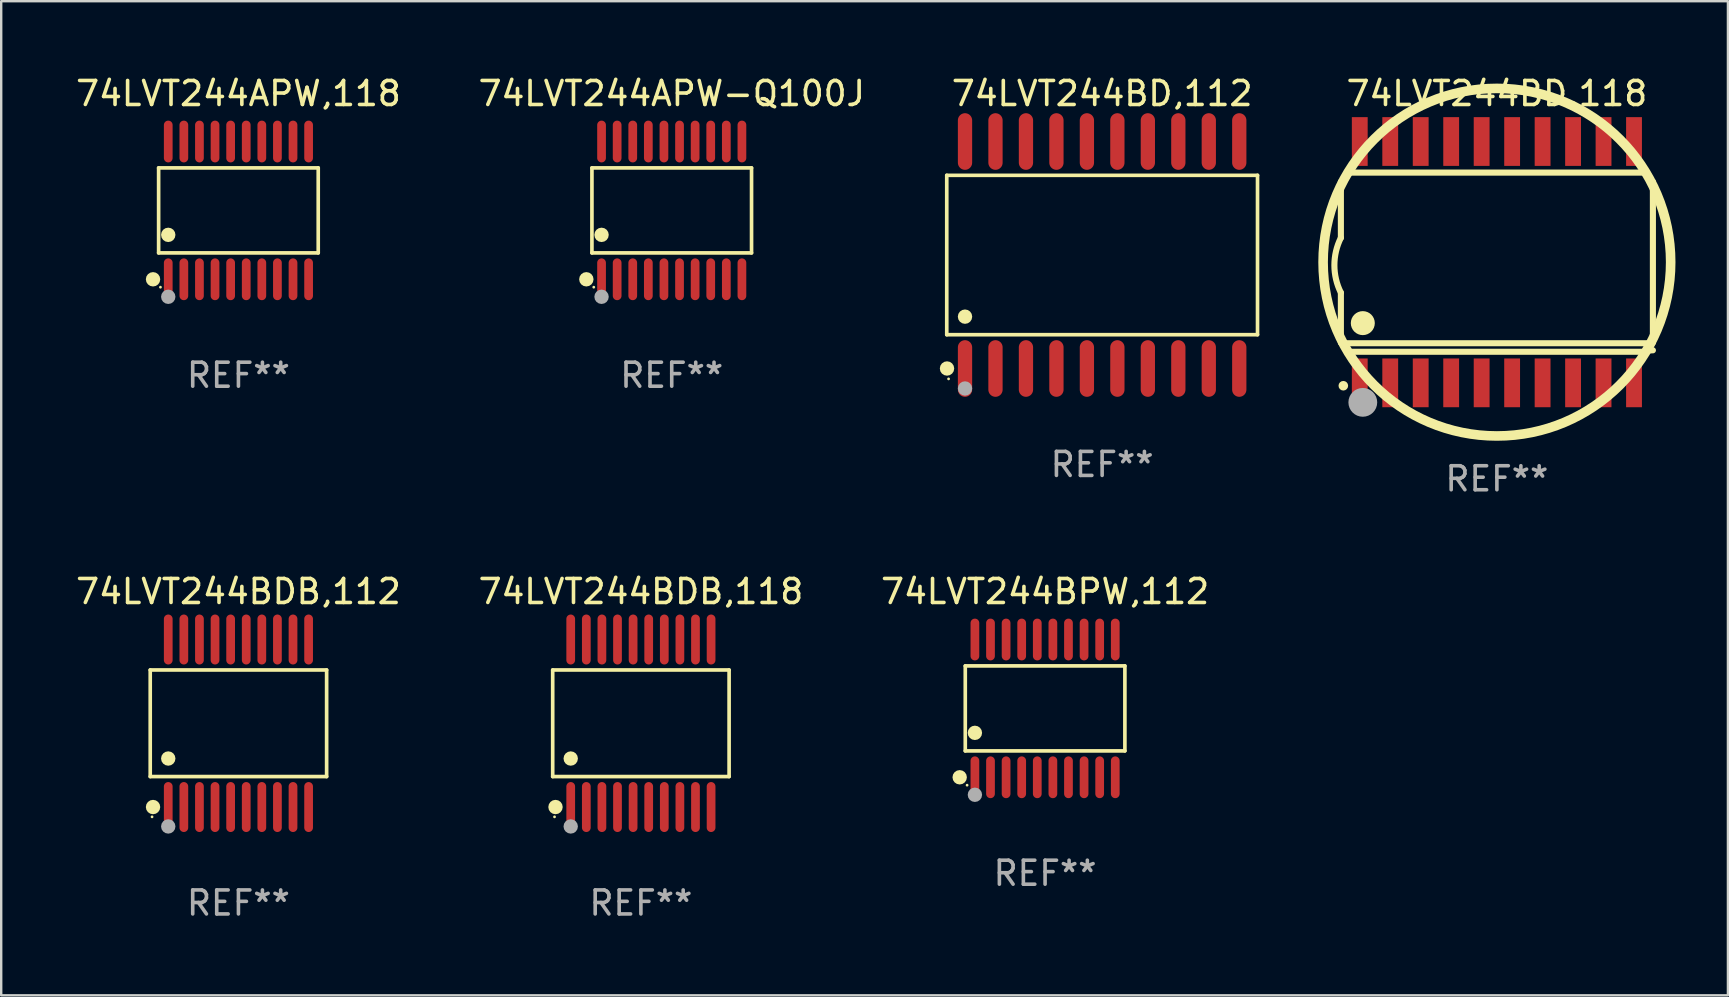
<source format=kicad_pcb>
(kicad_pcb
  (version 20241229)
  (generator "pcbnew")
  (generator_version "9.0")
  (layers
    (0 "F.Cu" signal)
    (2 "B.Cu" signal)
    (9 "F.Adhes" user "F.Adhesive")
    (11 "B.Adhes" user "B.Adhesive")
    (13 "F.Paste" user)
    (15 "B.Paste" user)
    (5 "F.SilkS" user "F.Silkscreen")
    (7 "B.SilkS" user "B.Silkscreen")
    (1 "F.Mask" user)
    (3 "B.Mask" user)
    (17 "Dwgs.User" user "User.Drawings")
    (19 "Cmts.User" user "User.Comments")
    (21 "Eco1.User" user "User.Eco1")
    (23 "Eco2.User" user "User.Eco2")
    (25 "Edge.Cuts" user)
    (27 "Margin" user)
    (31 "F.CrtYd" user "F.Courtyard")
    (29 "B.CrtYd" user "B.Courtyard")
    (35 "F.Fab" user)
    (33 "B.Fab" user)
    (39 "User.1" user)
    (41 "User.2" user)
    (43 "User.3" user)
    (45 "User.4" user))
  (footprint "74LVT244APW,118"
    (layer "F.Cu")
    (at 6.887 5.719)
    (property "Reference" "74LVT244APW,118" (at 0 -4.871 0) (layer "F.SilkS") (effects (font (size 1 1) (thickness 0.15))))
    (attr through_hole)
    (fp_line (start -3.326 -1.771) (end 3.326 -1.771) (stroke (width 0.152) (type solid)) (layer "F.SilkS"))
    (fp_line (start -3.326 1.771) (end -3.326 -1.771) (stroke (width 0.152) (type solid)) (layer "F.SilkS"))
    (fp_line (start 3.326 -1.771) (end 3.326 1.771) (stroke (width 0.152) (type solid)) (layer "F.SilkS"))
    (fp_line (start 3.326 1.771) (end -3.326 1.771) (stroke (width 0.152) (type solid)) (layer "F.SilkS"))
    (fp_circle (center -3.559 2.871) (end -3.409 2.871) (stroke (width 0.3) (type solid)) (fill no) (layer "F.SilkS"))
    (fp_circle (center -3.25 3.2) (end -3.22 3.2) (stroke (width 0.06) (type solid)) (fill no) (layer "F.SilkS"))
    (fp_circle (center -2.925 1.019) (end -2.775 1.019) (stroke (width 0.3) (type solid)) (fill no) (layer "F.SilkS"))
    (fp_circle (center -2.925 3.6) (end -2.775 3.6) (stroke (width 0.3) (type solid)) (fill no) (layer "F.Fab"))
    (fp_text user "REF**" (at 0 6.871 0) (layer "F.Fab") (effects (font (size 1 1) (thickness 0.15))))
    (pad "1" smd oval (at -2.925 2.871) (size 0.364 1.742) (layers "F.Cu" "F.Mask" "F.Paste"))
    (pad "2" smd oval (at -2.275 2.871) (size 0.364 1.742) (layers "F.Cu" "F.Mask" "F.Paste"))
    (pad "3" smd oval (at -1.625 2.871) (size 0.364 1.742) (layers "F.Cu" "F.Mask" "F.Paste"))
    (pad "4" smd oval (at -0.975 2.871) (size 0.364 1.742) (layers "F.Cu" "F.Mask" "F.Paste"))
    (pad "5" smd oval (at -0.325 2.871) (size 0.364 1.742) (layers "F.Cu" "F.Mask" "F.Paste"))
    (pad "6" smd oval (at 0.325 2.871) (size 0.364 1.742) (layers "F.Cu" "F.Mask" "F.Paste"))
    (pad "7" smd oval (at 0.975 2.871) (size 0.364 1.742) (layers "F.Cu" "F.Mask" "F.Paste"))
    (pad "8" smd oval (at 1.625 2.871) (size 0.364 1.742) (layers "F.Cu" "F.Mask" "F.Paste"))
    (pad "9" smd oval (at 2.275 2.871) (size 0.364 1.742) (layers "F.Cu" "F.Mask" "F.Paste"))
    (pad "10" smd oval (at 2.925 2.871) (size 0.364 1.742) (layers "F.Cu" "F.Mask" "F.Paste"))
    (pad "11" smd oval (at 2.925 -2.871) (size 0.364 1.742) (layers "F.Cu" "F.Mask" "F.Paste"))
    (pad "12" smd oval (at 2.275 -2.871) (size 0.364 1.742) (layers "F.Cu" "F.Mask" "F.Paste"))
    (pad "13" smd oval (at 1.625 -2.871) (size 0.364 1.742) (layers "F.Cu" "F.Mask" "F.Paste"))
    (pad "14" smd oval (at 0.975 -2.871) (size 0.364 1.742) (layers "F.Cu" "F.Mask" "F.Paste"))
    (pad "15" smd oval (at 0.325 -2.871) (size 0.364 1.742) (layers "F.Cu" "F.Mask" "F.Paste"))
    (pad "16" smd oval (at -0.325 -2.871) (size 0.364 1.742) (layers "F.Cu" "F.Mask" "F.Paste"))
    (pad "17" smd oval (at -0.975 -2.871) (size 0.364 1.742) (layers "F.Cu" "F.Mask" "F.Paste"))
    (pad "18" smd oval (at -1.625 -2.871) (size 0.364 1.742) (layers "F.Cu" "F.Mask" "F.Paste"))
    (pad "19" smd oval (at -2.275 -2.871) (size 0.364 1.742) (layers "F.Cu" "F.Mask" "F.Paste"))
    (pad "20" smd oval (at -2.925 -2.871) (size 0.364 1.742) (layers "F.Cu" "F.Mask" "F.Paste")))
  (footprint "74LVT244BPW,112"
    (layer "F.Cu")
    (at 40.506 26.474)
    (property "Reference" "74LVT244BPW,112" (at 0 -4.871 0) (layer "F.SilkS") (effects (font (size 1 1) (thickness 0.15))))
    (attr through_hole)
    (fp_line (start -3.326 -1.771) (end 3.326 -1.771) (stroke (width 0.152) (type solid)) (layer "F.SilkS"))
    (fp_line (start -3.326 1.771) (end -3.326 -1.771) (stroke (width 0.152) (type solid)) (layer "F.SilkS"))
    (fp_line (start 3.326 -1.771) (end 3.326 1.771) (stroke (width 0.152) (type solid)) (layer "F.SilkS"))
    (fp_line (start 3.326 1.771) (end -3.326 1.771) (stroke (width 0.152) (type solid)) (layer "F.SilkS"))
    (fp_circle (center -3.559 2.871) (end -3.409 2.871) (stroke (width 0.3) (type solid)) (fill no) (layer "F.SilkS"))
    (fp_circle (center -3.25 3.2) (end -3.22 3.2) (stroke (width 0.06) (type solid)) (fill no) (layer "F.SilkS"))
    (fp_circle (center -2.925 1.019) (end -2.775 1.019) (stroke (width 0.3) (type solid)) (fill no) (layer "F.SilkS"))
    (fp_circle (center -2.925 3.6) (end -2.775 3.6) (stroke (width 0.3) (type solid)) (fill no) (layer "F.Fab"))
    (fp_text user "REF**" (at 0 6.871 0) (layer "F.Fab") (effects (font (size 1 1) (thickness 0.15))))
    (pad "1" smd oval (at -2.925 2.871) (size 0.364 1.742) (layers "F.Cu" "F.Mask" "F.Paste"))
    (pad "2" smd oval (at -2.275 2.871) (size 0.364 1.742) (layers "F.Cu" "F.Mask" "F.Paste"))
    (pad "3" smd oval (at -1.625 2.871) (size 0.364 1.742) (layers "F.Cu" "F.Mask" "F.Paste"))
    (pad "4" smd oval (at -0.975 2.871) (size 0.364 1.742) (layers "F.Cu" "F.Mask" "F.Paste"))
    (pad "5" smd oval (at -0.325 2.871) (size 0.364 1.742) (layers "F.Cu" "F.Mask" "F.Paste"))
    (pad "6" smd oval (at 0.325 2.871) (size 0.364 1.742) (layers "F.Cu" "F.Mask" "F.Paste"))
    (pad "7" smd oval (at 0.975 2.871) (size 0.364 1.742) (layers "F.Cu" "F.Mask" "F.Paste"))
    (pad "8" smd oval (at 1.625 2.871) (size 0.364 1.742) (layers "F.Cu" "F.Mask" "F.Paste"))
    (pad "9" smd oval (at 2.275 2.871) (size 0.364 1.742) (layers "F.Cu" "F.Mask" "F.Paste"))
    (pad "10" smd oval (at 2.925 2.871) (size 0.364 1.742) (layers "F.Cu" "F.Mask" "F.Paste"))
    (pad "11" smd oval (at 2.925 -2.871) (size 0.364 1.742) (layers "F.Cu" "F.Mask" "F.Paste"))
    (pad "12" smd oval (at 2.275 -2.871) (size 0.364 1.742) (layers "F.Cu" "F.Mask" "F.Paste"))
    (pad "13" smd oval (at 1.625 -2.871) (size 0.364 1.742) (layers "F.Cu" "F.Mask" "F.Paste"))
    (pad "14" smd oval (at 0.975 -2.871) (size 0.364 1.742) (layers "F.Cu" "F.Mask" "F.Paste"))
    (pad "15" smd oval (at 0.325 -2.871) (size 0.364 1.742) (layers "F.Cu" "F.Mask" "F.Paste"))
    (pad "16" smd oval (at -0.325 -2.871) (size 0.364 1.742) (layers "F.Cu" "F.Mask" "F.Paste"))
    (pad "17" smd oval (at -0.975 -2.871) (size 0.364 1.742) (layers "F.Cu" "F.Mask" "F.Paste"))
    (pad "18" smd oval (at -1.625 -2.871) (size 0.364 1.742) (layers "F.Cu" "F.Mask" "F.Paste"))
    (pad "19" smd oval (at -2.275 -2.871) (size 0.364 1.742) (layers "F.Cu" "F.Mask" "F.Paste"))
    (pad "20" smd oval (at -2.925 -2.871) (size 0.364 1.742) (layers "F.Cu" "F.Mask" "F.Paste")))
  (footprint "74LVT244APW-Q100J"
    (layer "F.Cu")
    (at 24.946 5.719)
    (property "Reference" "74LVT244APW-Q100J" (at 0 -4.871 0) (layer "F.SilkS") (effects (font (size 1 1) (thickness 0.15))))
    (attr through_hole)
    (fp_line (start -3.326 -1.771) (end 3.326 -1.771) (stroke (width 0.152) (type solid)) (layer "F.SilkS"))
    (fp_line (start -3.326 1.771) (end -3.326 -1.771) (stroke (width 0.152) (type solid)) (layer "F.SilkS"))
    (fp_line (start 3.326 -1.771) (end 3.326 1.771) (stroke (width 0.152) (type solid)) (layer "F.SilkS"))
    (fp_line (start 3.326 1.771) (end -3.326 1.771) (stroke (width 0.152) (type solid)) (layer "F.SilkS"))
    (fp_circle (center -3.559 2.871) (end -3.409 2.871) (stroke (width 0.3) (type solid)) (fill no) (layer "F.SilkS"))
    (fp_circle (center -3.25 3.2) (end -3.22 3.2) (stroke (width 0.06) (type solid)) (fill no) (layer "F.SilkS"))
    (fp_circle (center -2.925 1.019) (end -2.775 1.019) (stroke (width 0.3) (type solid)) (fill no) (layer "F.SilkS"))
    (fp_circle (center -2.925 3.6) (end -2.775 3.6) (stroke (width 0.3) (type solid)) (fill no) (layer "F.Fab"))
    (fp_text user "REF**" (at 0 6.871 0) (layer "F.Fab") (effects (font (size 1 1) (thickness 0.15))))
    (pad "1" smd oval (at -2.925 2.871) (size 0.364 1.742) (layers "F.Cu" "F.Mask" "F.Paste"))
    (pad "2" smd oval (at -2.275 2.871) (size 0.364 1.742) (layers "F.Cu" "F.Mask" "F.Paste"))
    (pad "3" smd oval (at -1.625 2.871) (size 0.364 1.742) (layers "F.Cu" "F.Mask" "F.Paste"))
    (pad "4" smd oval (at -0.975 2.871) (size 0.364 1.742) (layers "F.Cu" "F.Mask" "F.Paste"))
    (pad "5" smd oval (at -0.325 2.871) (size 0.364 1.742) (layers "F.Cu" "F.Mask" "F.Paste"))
    (pad "6" smd oval (at 0.325 2.871) (size 0.364 1.742) (layers "F.Cu" "F.Mask" "F.Paste"))
    (pad "7" smd oval (at 0.975 2.871) (size 0.364 1.742) (layers "F.Cu" "F.Mask" "F.Paste"))
    (pad "8" smd oval (at 1.625 2.871) (size 0.364 1.742) (layers "F.Cu" "F.Mask" "F.Paste"))
    (pad "9" smd oval (at 2.275 2.871) (size 0.364 1.742) (layers "F.Cu" "F.Mask" "F.Paste"))
    (pad "10" smd oval (at 2.925 2.871) (size 0.364 1.742) (layers "F.Cu" "F.Mask" "F.Paste"))
    (pad "11" smd oval (at 2.925 -2.871) (size 0.364 1.742) (layers "F.Cu" "F.Mask" "F.Paste"))
    (pad "12" smd oval (at 2.275 -2.871) (size 0.364 1.742) (layers "F.Cu" "F.Mask" "F.Paste"))
    (pad "13" smd oval (at 1.625 -2.871) (size 0.364 1.742) (layers "F.Cu" "F.Mask" "F.Paste"))
    (pad "14" smd oval (at 0.975 -2.871) (size 0.364 1.742) (layers "F.Cu" "F.Mask" "F.Paste"))
    (pad "15" smd oval (at 0.325 -2.871) (size 0.364 1.742) (layers "F.Cu" "F.Mask" "F.Paste"))
    (pad "16" smd oval (at -0.325 -2.871) (size 0.364 1.742) (layers "F.Cu" "F.Mask" "F.Paste"))
    (pad "17" smd oval (at -0.975 -2.871) (size 0.364 1.742) (layers "F.Cu" "F.Mask" "F.Paste"))
    (pad "18" smd oval (at -1.625 -2.871) (size 0.364 1.742) (layers "F.Cu" "F.Mask" "F.Paste"))
    (pad "19" smd oval (at -2.275 -2.871) (size 0.364 1.742) (layers "F.Cu" "F.Mask" "F.Paste"))
    (pad "20" smd oval (at -2.925 -2.871) (size 0.364 1.742) (layers "F.Cu" "F.Mask" "F.Paste")))
  (footprint "74LVT244BD,118"
    (layer "F.Cu")
    (at 59.336 7.877)
    (property "Reference" "74LVT244BD,118" (at 0 -7.029 0) (layer "F.SilkS") (effects (font (size 1 1) (thickness 0.15))))
    (attr through_hole)
    (fp_line (start -6.502 -3.353) (end -6.502 -1.016) (stroke (width 0.254) (type solid)) (layer "F.SilkS"))
    (fp_line (start -6.502 3.353) (end -6.502 1.27) (stroke (width 0.254) (type solid)) (layer "F.SilkS"))
    (fp_line (start -6.477 3.378) (end 6.477 3.378) (stroke (width 0.254) (type solid)) (layer "F.SilkS"))
    (fp_line (start -6.121 3.734) (end 6.121 3.734) (stroke (width 0.254) (type solid)) (layer "F.SilkS"))
    (fp_line (start 6.121 -3.734) (end -6.121 -3.734) (stroke (width 0.254) (type solid)) (layer "F.SilkS"))
    (fp_line (start 6.502 3.353) (end 6.502 -3.353) (stroke (width 0.254) (type solid)) (layer "F.SilkS"))
    (fp_arc (start -6.502413 1.270003) (mid -6.77224 0.127) (end -6.502413 -1.016002) (stroke (width 0.254001) (type solid)) (layer "F.SilkS"))
    (fp_arc (start -6.502411 3.35281) (mid 6.502389 -3.352788) (end -6.502411 3.35281) (stroke (width 0.254001) (type solid)) (layer "F.SilkS"))
    (fp_arc (start 6.121389 -3.73379) (mid -6.121367 3.733768) (end 6.121389 -3.73379) (stroke (width 0.254001) (type solid)) (layer "F.SilkS"))
    (fp_arc (start 6.121389 3.73381) (mid 6.309409 3.687656) (end 6.502389 3.672138) (stroke (width 0.254001) (type solid)) (layer "F.SilkS"))
    (fp_circle (center -6.4 5.15) (end -6.3 5.15) (stroke (width 0.2) (type solid)) (fill no) (layer "F.SilkS"))
    (fp_circle (center -5.588 2.54) (end -5.338 2.54) (stroke (width 0.5) (type solid)) (fill no) (layer "F.SilkS"))
    (fp_circle (center -5.588 5.842) (end -5.288 5.842) (stroke (width 0.6) (type solid)) (fill no) (layer "F.Fab"))
    (fp_text user "REF**" (at 0 9.029 0) (layer "F.Fab") (effects (font (size 1 1) (thickness 0.15))))
    (pad "1" smd rect (at -5.715 5.029) (size 0.66 2.032) (layers "F.Cu" "F.Mask" "F.Paste"))
    (pad "2" smd rect (at -4.445 5.029) (size 0.66 2.032) (layers "F.Cu" "F.Mask" "F.Paste"))
    (pad "3" smd rect (at -3.175 5.029) (size 0.66 2.032) (layers "F.Cu" "F.Mask" "F.Paste"))
    (pad "4" smd rect (at -1.905 5.029) (size 0.66 2.032) (layers "F.Cu" "F.Mask" "F.Paste"))
    (pad "5" smd rect (at -0.635 5.029) (size 0.66 2.032) (layers "F.Cu" "F.Mask" "F.Paste"))
    (pad "6" smd rect (at 0.635 5.029) (size 0.66 2.032) (layers "F.Cu" "F.Mask" "F.Paste"))
    (pad "7" smd rect (at 1.905 5.029) (size 0.66 2.032) (layers "F.Cu" "F.Mask" "F.Paste"))
    (pad "8" smd rect (at 3.175 5.029) (size 0.66 2.032) (layers "F.Cu" "F.Mask" "F.Paste"))
    (pad "9" smd rect (at 4.445 5.029) (size 0.66 2.032) (layers "F.Cu" "F.Mask" "F.Paste"))
    (pad "10" smd rect (at 5.715 5.029) (size 0.66 2.032) (layers "F.Cu" "F.Mask" "F.Paste"))
    (pad "11" smd rect (at 5.715 -5.029) (size 0.66 2.032) (layers "F.Cu" "F.Mask" "F.Paste"))
    (pad "12" smd rect (at 4.445 -5.029) (size 0.66 2.032) (layers "F.Cu" "F.Mask" "F.Paste"))
    (pad "13" smd rect (at 3.175 -5.029) (size 0.66 2.032) (layers "F.Cu" "F.Mask" "F.Paste"))
    (pad "14" smd rect (at 1.905 -5.029) (size 0.66 2.032) (layers "F.Cu" "F.Mask" "F.Paste"))
    (pad "15" smd rect (at 0.635 -5.029) (size 0.66 2.032) (layers "F.Cu" "F.Mask" "F.Paste"))
    (pad "16" smd rect (at -0.635 -5.029) (size 0.66 2.032) (layers "F.Cu" "F.Mask" "F.Paste"))
    (pad "17" smd rect (at -1.905 -5.029) (size 0.66 2.032) (layers "F.Cu" "F.Mask" "F.Paste"))
    (pad "18" smd rect (at -3.175 -5.029) (size 0.66 2.032) (layers "F.Cu" "F.Mask" "F.Paste"))
    (pad "19" smd rect (at -4.445 -5.029) (size 0.66 2.032) (layers "F.Cu" "F.Mask" "F.Paste"))
    (pad "20" smd rect (at -5.715 -5.029) (size 0.66 2.032) (layers "F.Cu" "F.Mask" "F.Paste")))
  (footprint "74LVT244BDB,118"
    (layer "F.Cu")
    (at 23.661 27.094)
    (property "Reference" "74LVT244BDB,118" (at 0 -5.491 0) (layer "F.SilkS") (effects (font (size 1 1) (thickness 0.15))))
    (attr through_hole)
    (fp_line (start -3.676 -2.221) (end 3.676 -2.221) (stroke (width 0.152) (type solid)) (layer "F.SilkS"))
    (fp_line (start -3.676 2.221) (end -3.676 -2.221) (stroke (width 0.152) (type solid)) (layer "F.SilkS"))
    (fp_line (start 3.676 -2.221) (end 3.676 2.221) (stroke (width 0.152) (type solid)) (layer "F.SilkS"))
    (fp_line (start 3.676 2.221) (end -3.676 2.221) (stroke (width 0.152) (type solid)) (layer "F.SilkS"))
    (fp_circle (center -3.6 3.9) (end -3.57 3.9) (stroke (width 0.06) (type solid)) (fill no) (layer "F.SilkS"))
    (fp_circle (center -3.559 3.491) (end -3.409 3.491) (stroke (width 0.3) (type solid)) (fill no) (layer "F.SilkS"))
    (fp_circle (center -2.925 1.469) (end -2.775 1.469) (stroke (width 0.3) (type solid)) (fill no) (layer "F.SilkS"))
    (fp_circle (center -2.925 4.3) (end -2.775 4.3) (stroke (width 0.3) (type solid)) (fill no) (layer "F.Fab"))
    (fp_text user "REF**" (at 0 7.491 0) (layer "F.Fab") (effects (font (size 1 1) (thickness 0.15))))
    (pad "1" smd oval (at -2.925 3.491) (size 0.364 2.082) (layers "F.Cu" "F.Mask" "F.Paste"))
    (pad "2" smd oval (at -2.275 3.491) (size 0.364 2.082) (layers "F.Cu" "F.Mask" "F.Paste"))
    (pad "3" smd oval (at -1.625 3.491) (size 0.364 2.082) (layers "F.Cu" "F.Mask" "F.Paste"))
    (pad "4" smd oval (at -0.975 3.491) (size 0.364 2.082) (layers "F.Cu" "F.Mask" "F.Paste"))
    (pad "5" smd oval (at -0.325 3.491) (size 0.364 2.082) (layers "F.Cu" "F.Mask" "F.Paste"))
    (pad "6" smd oval (at 0.325 3.491) (size 0.364 2.082) (layers "F.Cu" "F.Mask" "F.Paste"))
    (pad "7" smd oval (at 0.975 3.491) (size 0.364 2.082) (layers "F.Cu" "F.Mask" "F.Paste"))
    (pad "8" smd oval (at 1.625 3.491) (size 0.364 2.082) (layers "F.Cu" "F.Mask" "F.Paste"))
    (pad "9" smd oval (at 2.275 3.491) (size 0.364 2.082) (layers "F.Cu" "F.Mask" "F.Paste"))
    (pad "10" smd oval (at 2.925 3.491) (size 0.364 2.082) (layers "F.Cu" "F.Mask" "F.Paste"))
    (pad "11" smd oval (at 2.925 -3.491) (size 0.364 2.082) (layers "F.Cu" "F.Mask" "F.Paste"))
    (pad "12" smd oval (at 2.275 -3.491) (size 0.364 2.082) (layers "F.Cu" "F.Mask" "F.Paste"))
    (pad "13" smd oval (at 1.625 -3.491) (size 0.364 2.082) (layers "F.Cu" "F.Mask" "F.Paste"))
    (pad "14" smd oval (at 0.975 -3.491) (size 0.364 2.082) (layers "F.Cu" "F.Mask" "F.Paste"))
    (pad "15" smd oval (at 0.325 -3.491) (size 0.364 2.082) (layers "F.Cu" "F.Mask" "F.Paste"))
    (pad "16" smd oval (at -0.325 -3.491) (size 0.364 2.082) (layers "F.Cu" "F.Mask" "F.Paste"))
    (pad "17" smd oval (at -0.975 -3.491) (size 0.364 2.082) (layers "F.Cu" "F.Mask" "F.Paste"))
    (pad "18" smd oval (at -1.625 -3.491) (size 0.364 2.082) (layers "F.Cu" "F.Mask" "F.Paste"))
    (pad "19" smd oval (at -2.275 -3.491) (size 0.364 2.082) (layers "F.Cu" "F.Mask" "F.Paste"))
    (pad "20" smd oval (at -2.925 -3.491) (size 0.364 2.082) (layers "F.Cu" "F.Mask" "F.Paste")))
  (footprint "74LVT244BD,112"
    (layer "F.Cu")
    (at 42.884 7.578)
    (property "Reference" "74LVT244BD,112" (at 0 -6.73 0) (layer "F.SilkS") (effects (font (size 1 1) (thickness 0.15))))
    (attr through_hole)
    (fp_line (start -6.476 -3.321) (end 6.476 -3.321) (stroke (width 0.152) (type solid)) (layer "F.SilkS"))
    (fp_line (start -6.476 3.321) (end -6.476 -3.321) (stroke (width 0.152) (type solid)) (layer "F.SilkS"))
    (fp_line (start 6.476 -3.321) (end 6.476 3.321) (stroke (width 0.152) (type solid)) (layer "F.SilkS"))
    (fp_line (start 6.476 3.321) (end -6.476 3.321) (stroke (width 0.152) (type solid)) (layer "F.SilkS"))
    (fp_circle (center -6.465 4.73) (end -6.315 4.73) (stroke (width 0.3) (type solid)) (fill no) (layer "F.SilkS"))
    (fp_circle (center -6.4 5.163) (end -6.37 5.163) (stroke (width 0.06) (type solid)) (fill no) (layer "F.SilkS"))
    (fp_circle (center -5.715 2.569) (end -5.565 2.569) (stroke (width 0.3) (type solid)) (fill no) (layer "F.SilkS"))
    (fp_circle (center -5.715 5.563) (end -5.565 5.563) (stroke (width 0.3) (type solid)) (fill no) (layer "F.Fab"))
    (fp_text user "REF**" (at 0 8.73 0) (layer "F.Fab") (effects (font (size 1 1) (thickness 0.15))))
    (pad "1" smd oval (at -5.715 4.73) (size 0.595 2.36) (layers "F.Cu" "F.Mask" "F.Paste"))
    (pad "2" smd oval (at -4.445 4.73) (size 0.595 2.36) (layers "F.Cu" "F.Mask" "F.Paste"))
    (pad "3" smd oval (at -3.175 4.73) (size 0.595 2.36) (layers "F.Cu" "F.Mask" "F.Paste"))
    (pad "4" smd oval (at -1.905 4.73) (size 0.595 2.36) (layers "F.Cu" "F.Mask" "F.Paste"))
    (pad "5" smd oval (at -0.635 4.73) (size 0.595 2.36) (layers "F.Cu" "F.Mask" "F.Paste"))
    (pad "6" smd oval (at 0.635 4.73) (size 0.595 2.36) (layers "F.Cu" "F.Mask" "F.Paste"))
    (pad "7" smd oval (at 1.905 4.73) (size 0.595 2.36) (layers "F.Cu" "F.Mask" "F.Paste"))
    (pad "8" smd oval (at 3.175 4.73) (size 0.595 2.36) (layers "F.Cu" "F.Mask" "F.Paste"))
    (pad "9" smd oval (at 4.445 4.73) (size 0.595 2.36) (layers "F.Cu" "F.Mask" "F.Paste"))
    (pad "10" smd oval (at 5.715 4.73) (size 0.595 2.36) (layers "F.Cu" "F.Mask" "F.Paste"))
    (pad "11" smd oval (at 5.715 -4.73) (size 0.595 2.36) (layers "F.Cu" "F.Mask" "F.Paste"))
    (pad "12" smd oval (at 4.445 -4.73) (size 0.595 2.36) (layers "F.Cu" "F.Mask" "F.Paste"))
    (pad "13" smd oval (at 3.175 -4.73) (size 0.595 2.36) (layers "F.Cu" "F.Mask" "F.Paste"))
    (pad "14" smd oval (at 1.905 -4.73) (size 0.595 2.36) (layers "F.Cu" "F.Mask" "F.Paste"))
    (pad "15" smd oval (at 0.635 -4.73) (size 0.595 2.36) (layers "F.Cu" "F.Mask" "F.Paste"))
    (pad "16" smd oval (at -0.635 -4.73) (size 0.595 2.36) (layers "F.Cu" "F.Mask" "F.Paste"))
    (pad "17" smd oval (at -1.905 -4.73) (size 0.595 2.36) (layers "F.Cu" "F.Mask" "F.Paste"))
    (pad "18" smd oval (at -3.175 -4.73) (size 0.595 2.36) (layers "F.Cu" "F.Mask" "F.Paste"))
    (pad "19" smd oval (at -4.445 -4.73) (size 0.595 2.36) (layers "F.Cu" "F.Mask" "F.Paste"))
    (pad "20" smd oval (at -5.715 -4.73) (size 0.595 2.36) (layers "F.Cu" "F.Mask" "F.Paste")))
  (footprint "74LVT244BDB,112"
    (layer "F.Cu")
    (at 6.887 27.094)
    (property "Reference" "74LVT244BDB,112" (at 0 -5.491 0) (layer "F.SilkS") (effects (font (size 1 1) (thickness 0.15))))
    (attr through_hole)
    (fp_line (start -3.676 -2.221) (end 3.676 -2.221) (stroke (width 0.152) (type solid)) (layer "F.SilkS"))
    (fp_line (start -3.676 2.221) (end -3.676 -2.221) (stroke (width 0.152) (type solid)) (layer "F.SilkS"))
    (fp_line (start 3.676 -2.221) (end 3.676 2.221) (stroke (width 0.152) (type solid)) (layer "F.SilkS"))
    (fp_line (start 3.676 2.221) (end -3.676 2.221) (stroke (width 0.152) (type solid)) (layer "F.SilkS"))
    (fp_circle (center -3.6 3.9) (end -3.57 3.9) (stroke (width 0.06) (type solid)) (fill no) (layer "F.SilkS"))
    (fp_circle (center -3.559 3.491) (end -3.409 3.491) (stroke (width 0.3) (type solid)) (fill no) (layer "F.SilkS"))
    (fp_circle (center -2.925 1.469) (end -2.775 1.469) (stroke (width 0.3) (type solid)) (fill no) (layer "F.SilkS"))
    (fp_circle (center -2.925 4.3) (end -2.775 4.3) (stroke (width 0.3) (type solid)) (fill no) (layer "F.Fab"))
    (fp_text user "REF**" (at 0 7.491 0) (layer "F.Fab") (effects (font (size 1 1) (thickness 0.15))))
    (pad "1" smd oval (at -2.925 3.491) (size 0.364 2.082) (layers "F.Cu" "F.Mask" "F.Paste"))
    (pad "2" smd oval (at -2.275 3.491) (size 0.364 2.082) (layers "F.Cu" "F.Mask" "F.Paste"))
    (pad "3" smd oval (at -1.625 3.491) (size 0.364 2.082) (layers "F.Cu" "F.Mask" "F.Paste"))
    (pad "4" smd oval (at -0.975 3.491) (size 0.364 2.082) (layers "F.Cu" "F.Mask" "F.Paste"))
    (pad "5" smd oval (at -0.325 3.491) (size 0.364 2.082) (layers "F.Cu" "F.Mask" "F.Paste"))
    (pad "6" smd oval (at 0.325 3.491) (size 0.364 2.082) (layers "F.Cu" "F.Mask" "F.Paste"))
    (pad "7" smd oval (at 0.975 3.491) (size 0.364 2.082) (layers "F.Cu" "F.Mask" "F.Paste"))
    (pad "8" smd oval (at 1.625 3.491) (size 0.364 2.082) (layers "F.Cu" "F.Mask" "F.Paste"))
    (pad "9" smd oval (at 2.275 3.491) (size 0.364 2.082) (layers "F.Cu" "F.Mask" "F.Paste"))
    (pad "10" smd oval (at 2.925 3.491) (size 0.364 2.082) (layers "F.Cu" "F.Mask" "F.Paste"))
    (pad "11" smd oval (at 2.925 -3.491) (size 0.364 2.082) (layers "F.Cu" "F.Mask" "F.Paste"))
    (pad "12" smd oval (at 2.275 -3.491) (size 0.364 2.082) (layers "F.Cu" "F.Mask" "F.Paste"))
    (pad "13" smd oval (at 1.625 -3.491) (size 0.364 2.082) (layers "F.Cu" "F.Mask" "F.Paste"))
    (pad "14" smd oval (at 0.975 -3.491) (size 0.364 2.082) (layers "F.Cu" "F.Mask" "F.Paste"))
    (pad "15" smd oval (at 0.325 -3.491) (size 0.364 2.082) (layers "F.Cu" "F.Mask" "F.Paste"))
    (pad "16" smd oval (at -0.325 -3.491) (size 0.364 2.082) (layers "F.Cu" "F.Mask" "F.Paste"))
    (pad "17" smd oval (at -0.975 -3.491) (size 0.364 2.082) (layers "F.Cu" "F.Mask" "F.Paste"))
    (pad "18" smd oval (at -1.625 -3.491) (size 0.364 2.082) (layers "F.Cu" "F.Mask" "F.Paste"))
    (pad "19" smd oval (at -2.275 -3.491) (size 0.364 2.082) (layers "F.Cu" "F.Mask" "F.Paste"))
    (pad "20" smd oval (at -2.925 -3.491) (size 0.364 2.082) (layers "F.Cu" "F.Mask" "F.Paste")))
  (gr_rect
    (start -3 -3)
    (end 68.965 38.433)
    (stroke (width 0.1) (type default))
    (fill no)
    (layer "Edge.Cuts")))
</source>
